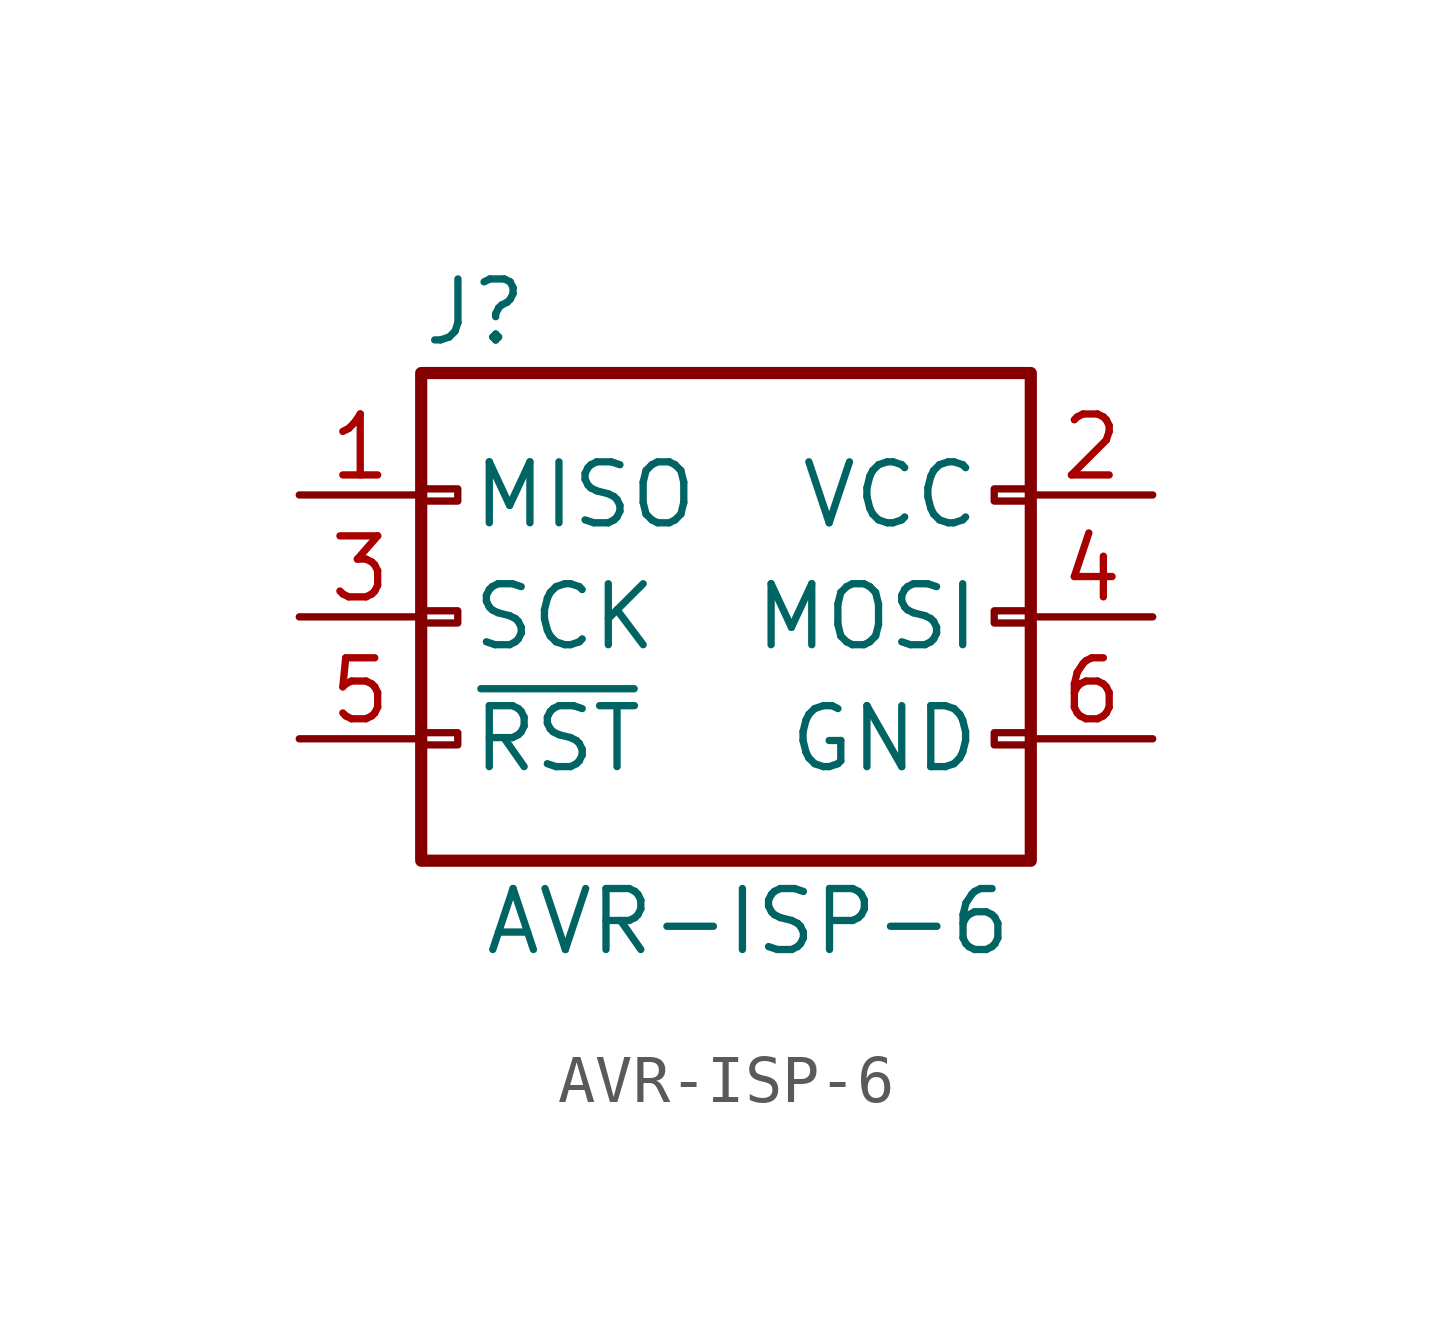
<source format=kicad_sym>
(kicad_symbol_lib
  (version 20211014)
  (generator kicad_symbol_editor)
  (symbol "AVR-ISP-6"
    (pin_names
      (offset 1.016))
    (property "Reference" "J"
      (at -6.35 6.35 0)
      (effects (font (size 1.27 1.27)) (justify left)))
    (property "Value" "AVR-ISP-6"
      (at -5.08 -6.35 0)
      (effects (font (size 1.27 1.27)) (justify left)))
    (symbol "AVR-ISP-6_0_1"
      (rectangle (start -6.35 5.08) (end 6.35 -5.08) (stroke (width 0.254) (type default) (color 0 0 0 0)) (fill (type none)))
      (rectangle (start -5.588 -2.413) (end -6.35 -2.667) (stroke (width 0) (type default) (color 0 0 0 0)) (fill (type none)))
      (rectangle (start -5.588 0.127) (end -6.35 -0.127) (stroke (width 0) (type default) (color 0 0 0 0)) (fill (type none)))
      (rectangle (start -5.588 2.667) (end -6.35 2.413) (stroke (width 0) (type default) (color 0 0 0 0)) (fill (type none)))
      (rectangle (start 6.35 -2.413) (end 5.588 -2.667) (stroke (width 0) (type default) (color 0 0 0 0)) (fill (type none)))
      (rectangle (start 6.35 0.127) (end 5.588 -0.127) (stroke (width 0) (type default) (color 0 0 0 0)) (fill (type none)))
      (rectangle (start 6.35 2.667) (end 5.588 2.413) (stroke (width 0) (type default) (color 0 0 0 0)) (fill (type none))))
    (symbol "AVR-ISP-6_1_1"
      (pin passive line (at -8.89 2.54 0) (length 2.54) (name "MISO" (effects (font (size 1.27 1.27)))) (number "1" (effects (font (size 1.27 1.27)))))
      (pin passive line (at 8.89 2.54 180) (length 2.54) (name "VCC" (effects (font (size 1.27 1.27)))) (number "2" (effects (font (size 1.27 1.27)))))
      (pin passive line (at -8.89 0 0) (length 2.54) (name "SCK" (effects (font (size 1.27 1.27)))) (number "3" (effects (font (size 1.27 1.27)))))
      (pin passive line (at 8.89 0 180) (length 2.54) (name "MOSI" (effects (font (size 1.27 1.27)))) (number "4" (effects (font (size 1.27 1.27)))))
      (pin passive line (at -8.89 -2.54 0) (length 2.54) (name "~{RST}" (effects (font (size 1.27 1.27)))) (number "5" (effects (font (size 1.27 1.27)))))
      (pin passive line (at 8.89 -2.54 180) (length 2.54) (name "GND" (effects (font (size 1.27 1.27)))) (number "6" (effects (font (size 1.27 1.27))))))))
</source>
